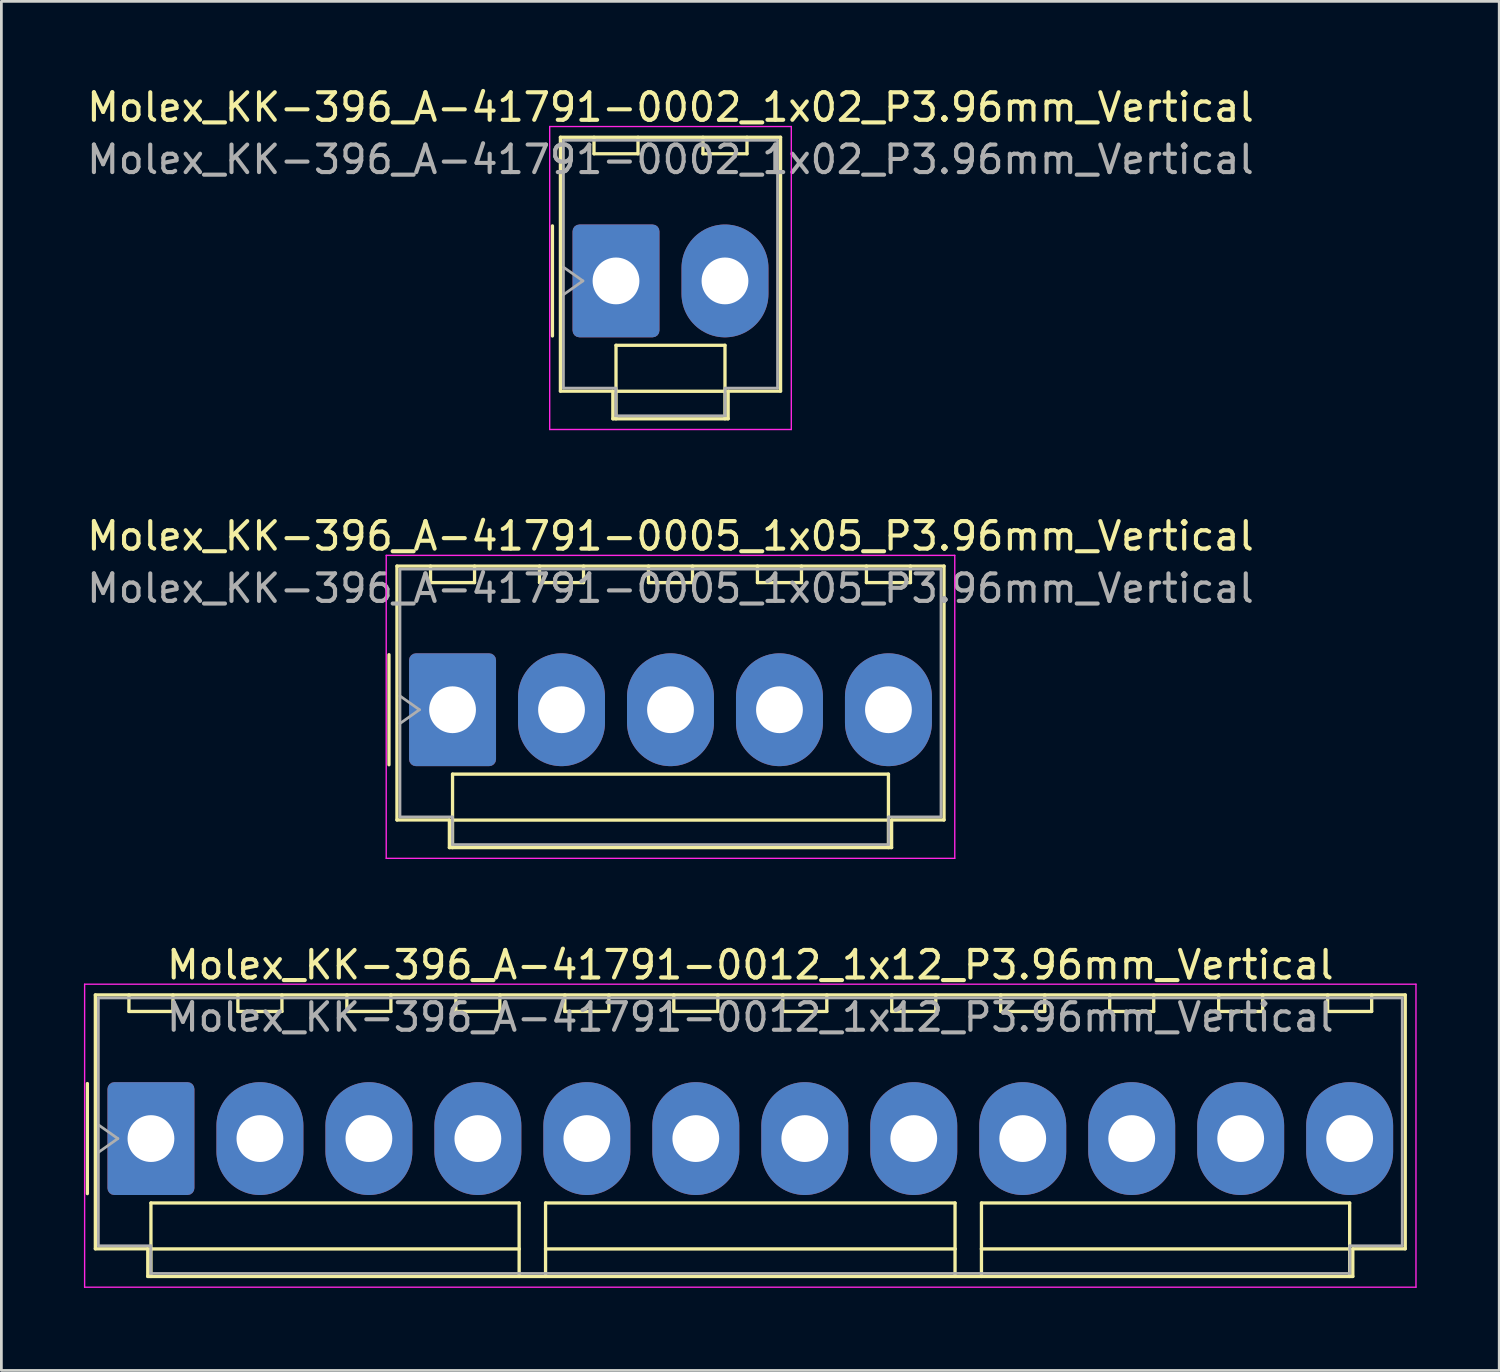
<source format=kicad_pcb>
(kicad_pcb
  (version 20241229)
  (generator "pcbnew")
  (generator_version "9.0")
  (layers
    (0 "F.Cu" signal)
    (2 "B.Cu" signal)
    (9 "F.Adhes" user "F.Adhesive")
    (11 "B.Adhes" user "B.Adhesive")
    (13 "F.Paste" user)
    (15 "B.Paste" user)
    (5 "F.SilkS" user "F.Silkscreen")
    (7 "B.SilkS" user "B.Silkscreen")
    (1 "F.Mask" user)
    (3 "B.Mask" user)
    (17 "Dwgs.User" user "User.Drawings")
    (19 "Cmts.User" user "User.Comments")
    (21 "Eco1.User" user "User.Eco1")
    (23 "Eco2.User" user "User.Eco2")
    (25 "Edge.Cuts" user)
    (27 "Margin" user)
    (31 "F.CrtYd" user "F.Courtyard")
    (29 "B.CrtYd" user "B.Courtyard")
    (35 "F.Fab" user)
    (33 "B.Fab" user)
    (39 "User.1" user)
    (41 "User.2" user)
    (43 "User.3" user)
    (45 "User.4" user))
  (footprint "Molex_KK-396_A-41791-0005_1x05_P3.96mm_Vertical"
    (layer "F.Cu")
    (at 13.395 22.741)
    (property "Reference" "Molex_KK-396_A-41791-0005_1x05_P3.96mm_Vertical" (at 7.92 -6.31 0) (layer "F.SilkS") (effects (font (size 1 1) (thickness 0.15))))
    (attr through_hole)
    (fp_line (start -2.31 -2) (end -2.31 2) (stroke (width 0.12) (type solid)) (layer "F.SilkS"))
    (fp_line (start -2.02 -5.22) (end 17.86 -5.22) (stroke (width 0.12) (type solid)) (layer "F.SilkS"))
    (fp_line (start -2.02 4.005) (end -2.02 -5.22) (stroke (width 0.12) (type solid)) (layer "F.SilkS"))
    (fp_line (start -0.8 -5.22) (end -0.8 -4.62) (stroke (width 0.12) (type solid)) (layer "F.SilkS"))
    (fp_line (start -0.8 -4.62) (end 0.8 -4.62) (stroke (width 0.12) (type solid)) (layer "F.SilkS"))
    (fp_line (start -0.115 4.005) (end -2.02 4.005) (stroke (width 0.12) (type solid)) (layer "F.SilkS"))
    (fp_line (start -0.115 5.01) (end -0.115 4.005) (stroke (width 0.12) (type solid)) (layer "F.SilkS"))
    (fp_line (start 0 2.34) (end 15.84 2.34) (stroke (width 0.12) (type solid)) (layer "F.SilkS"))
    (fp_line (start 0 4.01) (end 0 2.34) (stroke (width 0.12) (type solid)) (layer "F.SilkS"))
    (fp_line (start 0 4.01) (end 15.84 4.01) (stroke (width 0.12) (type solid)) (layer "F.SilkS"))
    (fp_line (start 0 5.01) (end 0 4.01) (stroke (width 0.12) (type solid)) (layer "F.SilkS"))
    (fp_line (start 0.8 -4.62) (end 0.8 -5.22) (stroke (width 0.12) (type solid)) (layer "F.SilkS"))
    (fp_line (start 3.16 -5.22) (end 3.16 -4.62) (stroke (width 0.12) (type solid)) (layer "F.SilkS"))
    (fp_line (start 3.16 -4.62) (end 4.76 -4.62) (stroke (width 0.12) (type solid)) (layer "F.SilkS"))
    (fp_line (start 4.76 -4.62) (end 4.76 -5.22) (stroke (width 0.12) (type solid)) (layer "F.SilkS"))
    (fp_line (start 7.12 -5.22) (end 7.12 -4.62) (stroke (width 0.12) (type solid)) (layer "F.SilkS"))
    (fp_line (start 7.12 -4.62) (end 8.72 -4.62) (stroke (width 0.12) (type solid)) (layer "F.SilkS"))
    (fp_line (start 8.72 -4.62) (end 8.72 -5.22) (stroke (width 0.12) (type solid)) (layer "F.SilkS"))
    (fp_line (start 11.08 -5.22) (end 11.08 -4.62) (stroke (width 0.12) (type solid)) (layer "F.SilkS"))
    (fp_line (start 11.08 -4.62) (end 12.68 -4.62) (stroke (width 0.12) (type solid)) (layer "F.SilkS"))
    (fp_line (start 12.68 -4.62) (end 12.68 -5.22) (stroke (width 0.12) (type solid)) (layer "F.SilkS"))
    (fp_line (start 15.04 -5.22) (end 15.04 -4.62) (stroke (width 0.12) (type solid)) (layer "F.SilkS"))
    (fp_line (start 15.04 -4.62) (end 16.64 -4.62) (stroke (width 0.12) (type solid)) (layer "F.SilkS"))
    (fp_line (start 15.84 2.34) (end 15.84 4.01) (stroke (width 0.12) (type solid)) (layer "F.SilkS"))
    (fp_line (start 15.84 4.01) (end 15.84 5.01) (stroke (width 0.12) (type solid)) (layer "F.SilkS"))
    (fp_line (start 15.955 4.005) (end 15.955 5.01) (stroke (width 0.12) (type solid)) (layer "F.SilkS"))
    (fp_line (start 15.955 5.01) (end -0.115 5.01) (stroke (width 0.12) (type solid)) (layer "F.SilkS"))
    (fp_line (start 16.64 -4.62) (end 16.64 -5.22) (stroke (width 0.12) (type solid)) (layer "F.SilkS"))
    (fp_line (start 17.86 -5.22) (end 17.86 4.005) (stroke (width 0.12) (type solid)) (layer "F.SilkS"))
    (fp_line (start 17.86 4.005) (end 15.955 4.005) (stroke (width 0.12) (type solid)) (layer "F.SilkS"))
    (fp_line (start -2.41 -5.61) (end -2.41 5.4) (stroke (width 0.05) (type solid)) (layer "F.CrtYd"))
    (fp_line (start -2.41 5.4) (end 18.25 5.4) (stroke (width 0.05) (type solid)) (layer "F.CrtYd"))
    (fp_line (start 18.25 -5.61) (end -2.41 -5.61) (stroke (width 0.05) (type solid)) (layer "F.CrtYd"))
    (fp_line (start 18.25 5.4) (end 18.25 -5.61) (stroke (width 0.05) (type solid)) (layer "F.CrtYd"))
    (fp_line (start -1.91 -5.11) (end 17.75 -5.11) (stroke (width 0.1) (type solid)) (layer "F.Fab"))
    (fp_line (start -1.91 -0.5) (end -1.203 0) (stroke (width 0.1) (type solid)) (layer "F.Fab"))
    (fp_line (start -1.91 3.895) (end -1.91 -5.11) (stroke (width 0.1) (type solid)) (layer "F.Fab"))
    (fp_line (start -1.203 0) (end -1.91 0.5) (stroke (width 0.1) (type solid)) (layer "F.Fab"))
    (fp_line (start -0.005 3.895) (end -1.91 3.895) (stroke (width 0.1) (type solid)) (layer "F.Fab"))
    (fp_line (start -0.005 4.9) (end -0.005 3.895) (stroke (width 0.1) (type solid)) (layer "F.Fab"))
    (fp_line (start 15.845 3.895) (end 15.845 4.9) (stroke (width 0.1) (type solid)) (layer "F.Fab"))
    (fp_line (start 15.845 4.9) (end -0.005 4.9) (stroke (width 0.1) (type solid)) (layer "F.Fab"))
    (fp_line (start 17.75 -5.11) (end 17.75 3.895) (stroke (width 0.1) (type solid)) (layer "F.Fab"))
    (fp_line (start 17.75 3.895) (end 15.845 3.895) (stroke (width 0.1) (type solid)) (layer "F.Fab"))
    (fp_text user "${REFERENCE}" (at 7.92 -4.41 0) (layer "F.Fab") (effects (font (size 1 1) (thickness 0.15))))
    (pad "1" thru_hole roundrect (at 0 0) (size 3.16 4.1) (drill 1.7) (layers "*.Cu" "*.Mask") (roundrect_rratio 0.079))
    (pad "2" thru_hole oval (at 3.96 0) (size 3.16 4.1) (drill 1.7) (layers "*.Cu" "*.Mask"))
    (pad "3" thru_hole oval (at 7.92 0) (size 3.16 4.1) (drill 1.7) (layers "*.Cu" "*.Mask"))
    (pad "4" thru_hole oval (at 11.88 0) (size 3.16 4.1) (drill 1.7) (layers "*.Cu" "*.Mask"))
    (pad "5" thru_hole oval (at 15.84 0) (size 3.16 4.1) (drill 1.7) (layers "*.Cu" "*.Mask")))
  (footprint "Molex_KK-396_A-41791-0002_1x02_P3.96mm_Vertical"
    (layer "F.Cu")
    (at 19.335 7.158)
    (property "Reference" "Molex_KK-396_A-41791-0002_1x02_P3.96mm_Vertical" (at 1.98 -6.31 0) (layer "F.SilkS") (effects (font (size 1 1) (thickness 0.15))))
    (attr through_hole)
    (fp_line (start -2.31 -2) (end -2.31 2) (stroke (width 0.12) (type solid)) (layer "F.SilkS"))
    (fp_line (start -2.02 -5.22) (end 5.98 -5.22) (stroke (width 0.12) (type solid)) (layer "F.SilkS"))
    (fp_line (start -2.02 4.005) (end -2.02 -5.22) (stroke (width 0.12) (type solid)) (layer "F.SilkS"))
    (fp_line (start -0.8 -5.22) (end -0.8 -4.62) (stroke (width 0.12) (type solid)) (layer "F.SilkS"))
    (fp_line (start -0.8 -4.62) (end 0.8 -4.62) (stroke (width 0.12) (type solid)) (layer "F.SilkS"))
    (fp_line (start -0.115 4.005) (end -2.02 4.005) (stroke (width 0.12) (type solid)) (layer "F.SilkS"))
    (fp_line (start -0.115 5.01) (end -0.115 4.005) (stroke (width 0.12) (type solid)) (layer "F.SilkS"))
    (fp_line (start 0 2.34) (end 3.96 2.34) (stroke (width 0.12) (type solid)) (layer "F.SilkS"))
    (fp_line (start 0 4.01) (end 0 2.34) (stroke (width 0.12) (type solid)) (layer "F.SilkS"))
    (fp_line (start 0 4.01) (end 3.96 4.01) (stroke (width 0.12) (type solid)) (layer "F.SilkS"))
    (fp_line (start 0 5.01) (end 0 4.01) (stroke (width 0.12) (type solid)) (layer "F.SilkS"))
    (fp_line (start 0.8 -4.62) (end 0.8 -5.22) (stroke (width 0.12) (type solid)) (layer "F.SilkS"))
    (fp_line (start 3.16 -5.22) (end 3.16 -4.62) (stroke (width 0.12) (type solid)) (layer "F.SilkS"))
    (fp_line (start 3.16 -4.62) (end 4.76 -4.62) (stroke (width 0.12) (type solid)) (layer "F.SilkS"))
    (fp_line (start 3.96 2.34) (end 3.96 4.01) (stroke (width 0.12) (type solid)) (layer "F.SilkS"))
    (fp_line (start 3.96 4.01) (end 3.96 5.01) (stroke (width 0.12) (type solid)) (layer "F.SilkS"))
    (fp_line (start 4.075 4.005) (end 4.075 5.01) (stroke (width 0.12) (type solid)) (layer "F.SilkS"))
    (fp_line (start 4.075 5.01) (end -0.115 5.01) (stroke (width 0.12) (type solid)) (layer "F.SilkS"))
    (fp_line (start 4.76 -4.62) (end 4.76 -5.22) (stroke (width 0.12) (type solid)) (layer "F.SilkS"))
    (fp_line (start 5.98 -5.22) (end 5.98 4.005) (stroke (width 0.12) (type solid)) (layer "F.SilkS"))
    (fp_line (start 5.98 4.005) (end 4.075 4.005) (stroke (width 0.12) (type solid)) (layer "F.SilkS"))
    (fp_line (start -2.41 -5.61) (end -2.41 5.4) (stroke (width 0.05) (type solid)) (layer "F.CrtYd"))
    (fp_line (start -2.41 5.4) (end 6.37 5.4) (stroke (width 0.05) (type solid)) (layer "F.CrtYd"))
    (fp_line (start 6.37 -5.61) (end -2.41 -5.61) (stroke (width 0.05) (type solid)) (layer "F.CrtYd"))
    (fp_line (start 6.37 5.4) (end 6.37 -5.61) (stroke (width 0.05) (type solid)) (layer "F.CrtYd"))
    (fp_line (start -1.91 -5.11) (end 5.87 -5.11) (stroke (width 0.1) (type solid)) (layer "F.Fab"))
    (fp_line (start -1.91 -0.5) (end -1.203 0) (stroke (width 0.1) (type solid)) (layer "F.Fab"))
    (fp_line (start -1.91 3.895) (end -1.91 -5.11) (stroke (width 0.1) (type solid)) (layer "F.Fab"))
    (fp_line (start -1.203 0) (end -1.91 0.5) (stroke (width 0.1) (type solid)) (layer "F.Fab"))
    (fp_line (start -0.005 3.895) (end -1.91 3.895) (stroke (width 0.1) (type solid)) (layer "F.Fab"))
    (fp_line (start -0.005 4.9) (end -0.005 3.895) (stroke (width 0.1) (type solid)) (layer "F.Fab"))
    (fp_line (start 3.965 3.895) (end 3.965 4.9) (stroke (width 0.1) (type solid)) (layer "F.Fab"))
    (fp_line (start 3.965 4.9) (end -0.005 4.9) (stroke (width 0.1) (type solid)) (layer "F.Fab"))
    (fp_line (start 5.87 -5.11) (end 5.87 3.895) (stroke (width 0.1) (type solid)) (layer "F.Fab"))
    (fp_line (start 5.87 3.895) (end 3.965 3.895) (stroke (width 0.1) (type solid)) (layer "F.Fab"))
    (fp_text user "${REFERENCE}" (at 1.98 -4.41 0) (layer "F.Fab") (effects (font (size 1 1) (thickness 0.15))))
    (pad "1" thru_hole roundrect (at 0 0) (size 3.16 4.1) (drill 1.7) (layers "*.Cu" "*.Mask") (roundrect_rratio 0.079))
    (pad "2" thru_hole oval (at 3.96 0) (size 3.16 4.1) (drill 1.7) (layers "*.Cu" "*.Mask")))
  (footprint "Molex_KK-396_A-41791-0012_1x12_P3.96mm_Vertical"
    (layer "F.Cu")
    (at 2.435 38.325)
    (property "Reference" "Molex_KK-396_A-41791-0012_1x12_P3.96mm_Vertical" (at 21.78 -6.31 0) (layer "F.SilkS") (effects (font (size 1 1) (thickness 0.15))))
    (attr through_hole)
    (fp_line (start -2.31 -2) (end -2.31 2) (stroke (width 0.12) (type solid)) (layer "F.SilkS"))
    (fp_line (start -2.02 -5.22) (end 45.58 -5.22) (stroke (width 0.12) (type solid)) (layer "F.SilkS"))
    (fp_line (start -2.02 4.005) (end -2.02 -5.22) (stroke (width 0.12) (type solid)) (layer "F.SilkS"))
    (fp_line (start -0.8 -5.22) (end -0.8 -4.62) (stroke (width 0.12) (type solid)) (layer "F.SilkS"))
    (fp_line (start -0.8 -4.62) (end 0.8 -4.62) (stroke (width 0.12) (type solid)) (layer "F.SilkS"))
    (fp_line (start -0.115 4.005) (end -2.02 4.005) (stroke (width 0.12) (type solid)) (layer "F.SilkS"))
    (fp_line (start -0.115 5.01) (end -0.115 4.005) (stroke (width 0.12) (type solid)) (layer "F.SilkS"))
    (fp_line (start 0 2.34) (end 13.38 2.34) (stroke (width 0.12) (type solid)) (layer "F.SilkS"))
    (fp_line (start 0 4.01) (end 0 2.34) (stroke (width 0.12) (type solid)) (layer "F.SilkS"))
    (fp_line (start 0 4.01) (end 13.38 4.01) (stroke (width 0.12) (type solid)) (layer "F.SilkS"))
    (fp_line (start 0 5.01) (end 0 4.01) (stroke (width 0.12) (type solid)) (layer "F.SilkS"))
    (fp_line (start 0.8 -4.62) (end 0.8 -5.22) (stroke (width 0.12) (type solid)) (layer "F.SilkS"))
    (fp_line (start 3.16 -5.22) (end 3.16 -4.62) (stroke (width 0.12) (type solid)) (layer "F.SilkS"))
    (fp_line (start 3.16 -4.62) (end 4.76 -4.62) (stroke (width 0.12) (type solid)) (layer "F.SilkS"))
    (fp_line (start 4.76 -4.62) (end 4.76 -5.22) (stroke (width 0.12) (type solid)) (layer "F.SilkS"))
    (fp_line (start 7.12 -5.22) (end 7.12 -4.62) (stroke (width 0.12) (type solid)) (layer "F.SilkS"))
    (fp_line (start 7.12 -4.62) (end 8.72 -4.62) (stroke (width 0.12) (type solid)) (layer "F.SilkS"))
    (fp_line (start 8.72 -4.62) (end 8.72 -5.22) (stroke (width 0.12) (type solid)) (layer "F.SilkS"))
    (fp_line (start 11.08 -5.22) (end 11.08 -4.62) (stroke (width 0.12) (type solid)) (layer "F.SilkS"))
    (fp_line (start 11.08 -4.62) (end 12.68 -4.62) (stroke (width 0.12) (type solid)) (layer "F.SilkS"))
    (fp_line (start 12.68 -4.62) (end 12.68 -5.22) (stroke (width 0.12) (type solid)) (layer "F.SilkS"))
    (fp_line (start 13.38 2.34) (end 13.38 4.01) (stroke (width 0.12) (type solid)) (layer "F.SilkS"))
    (fp_line (start 13.38 4.01) (end 13.38 5.01) (stroke (width 0.12) (type solid)) (layer "F.SilkS"))
    (fp_line (start 14.34 2.34) (end 29.22 2.34) (stroke (width 0.12) (type solid)) (layer "F.SilkS"))
    (fp_line (start 14.34 4.01) (end 14.34 2.34) (stroke (width 0.12) (type solid)) (layer "F.SilkS"))
    (fp_line (start 14.34 4.01) (end 29.22 4.01) (stroke (width 0.12) (type solid)) (layer "F.SilkS"))
    (fp_line (start 14.34 5.01) (end 14.34 4.01) (stroke (width 0.12) (type solid)) (layer "F.SilkS"))
    (fp_line (start 15.04 -5.22) (end 15.04 -4.62) (stroke (width 0.12) (type solid)) (layer "F.SilkS"))
    (fp_line (start 15.04 -4.62) (end 16.64 -4.62) (stroke (width 0.12) (type solid)) (layer "F.SilkS"))
    (fp_line (start 16.64 -4.62) (end 16.64 -5.22) (stroke (width 0.12) (type solid)) (layer "F.SilkS"))
    (fp_line (start 19 -5.22) (end 19 -4.62) (stroke (width 0.12) (type solid)) (layer "F.SilkS"))
    (fp_line (start 19 -4.62) (end 20.6 -4.62) (stroke (width 0.12) (type solid)) (layer "F.SilkS"))
    (fp_line (start 20.6 -4.62) (end 20.6 -5.22) (stroke (width 0.12) (type solid)) (layer "F.SilkS"))
    (fp_line (start 22.96 -5.22) (end 22.96 -4.62) (stroke (width 0.12) (type solid)) (layer "F.SilkS"))
    (fp_line (start 22.96 -4.62) (end 24.56 -4.62) (stroke (width 0.12) (type solid)) (layer "F.SilkS"))
    (fp_line (start 24.56 -4.62) (end 24.56 -5.22) (stroke (width 0.12) (type solid)) (layer "F.SilkS"))
    (fp_line (start 26.92 -5.22) (end 26.92 -4.62) (stroke (width 0.12) (type solid)) (layer "F.SilkS"))
    (fp_line (start 26.92 -4.62) (end 28.52 -4.62) (stroke (width 0.12) (type solid)) (layer "F.SilkS"))
    (fp_line (start 28.52 -4.62) (end 28.52 -5.22) (stroke (width 0.12) (type solid)) (layer "F.SilkS"))
    (fp_line (start 29.22 2.34) (end 29.22 4.01) (stroke (width 0.12) (type solid)) (layer "F.SilkS"))
    (fp_line (start 29.22 4.01) (end 29.22 5.01) (stroke (width 0.12) (type solid)) (layer "F.SilkS"))
    (fp_line (start 30.18 2.34) (end 43.56 2.34) (stroke (width 0.12) (type solid)) (layer "F.SilkS"))
    (fp_line (start 30.18 4.01) (end 30.18 2.34) (stroke (width 0.12) (type solid)) (layer "F.SilkS"))
    (fp_line (start 30.18 4.01) (end 43.56 4.01) (stroke (width 0.12) (type solid)) (layer "F.SilkS"))
    (fp_line (start 30.18 5.01) (end 30.18 4.01) (stroke (width 0.12) (type solid)) (layer "F.SilkS"))
    (fp_line (start 30.88 -5.22) (end 30.88 -4.62) (stroke (width 0.12) (type solid)) (layer "F.SilkS"))
    (fp_line (start 30.88 -4.62) (end 32.48 -4.62) (stroke (width 0.12) (type solid)) (layer "F.SilkS"))
    (fp_line (start 32.48 -4.62) (end 32.48 -5.22) (stroke (width 0.12) (type solid)) (layer "F.SilkS"))
    (fp_line (start 34.84 -5.22) (end 34.84 -4.62) (stroke (width 0.12) (type solid)) (layer "F.SilkS"))
    (fp_line (start 34.84 -4.62) (end 36.44 -4.62) (stroke (width 0.12) (type solid)) (layer "F.SilkS"))
    (fp_line (start 36.44 -4.62) (end 36.44 -5.22) (stroke (width 0.12) (type solid)) (layer "F.SilkS"))
    (fp_line (start 38.8 -5.22) (end 38.8 -4.62) (stroke (width 0.12) (type solid)) (layer "F.SilkS"))
    (fp_line (start 38.8 -4.62) (end 40.4 -4.62) (stroke (width 0.12) (type solid)) (layer "F.SilkS"))
    (fp_line (start 40.4 -4.62) (end 40.4 -5.22) (stroke (width 0.12) (type solid)) (layer "F.SilkS"))
    (fp_line (start 42.76 -5.22) (end 42.76 -4.62) (stroke (width 0.12) (type solid)) (layer "F.SilkS"))
    (fp_line (start 42.76 -4.62) (end 44.36 -4.62) (stroke (width 0.12) (type solid)) (layer "F.SilkS"))
    (fp_line (start 43.56 2.34) (end 43.56 4.01) (stroke (width 0.12) (type solid)) (layer "F.SilkS"))
    (fp_line (start 43.56 4.01) (end 43.56 5.01) (stroke (width 0.12) (type solid)) (layer "F.SilkS"))
    (fp_line (start 43.675 4.005) (end 43.675 5.01) (stroke (width 0.12) (type solid)) (layer "F.SilkS"))
    (fp_line (start 43.675 5.01) (end -0.115 5.01) (stroke (width 0.12) (type solid)) (layer "F.SilkS"))
    (fp_line (start 44.36 -4.62) (end 44.36 -5.22) (stroke (width 0.12) (type solid)) (layer "F.SilkS"))
    (fp_line (start 45.58 -5.22) (end 45.58 4.005) (stroke (width 0.12) (type solid)) (layer "F.SilkS"))
    (fp_line (start 45.58 4.005) (end 43.675 4.005) (stroke (width 0.12) (type solid)) (layer "F.SilkS"))
    (fp_line (start -2.41 -5.61) (end -2.41 5.4) (stroke (width 0.05) (type solid)) (layer "F.CrtYd"))
    (fp_line (start -2.41 5.4) (end 45.97 5.4) (stroke (width 0.05) (type solid)) (layer "F.CrtYd"))
    (fp_line (start 45.97 -5.61) (end -2.41 -5.61) (stroke (width 0.05) (type solid)) (layer "F.CrtYd"))
    (fp_line (start 45.97 5.4) (end 45.97 -5.61) (stroke (width 0.05) (type solid)) (layer "F.CrtYd"))
    (fp_line (start -1.91 -5.11) (end 45.47 -5.11) (stroke (width 0.1) (type solid)) (layer "F.Fab"))
    (fp_line (start -1.91 -0.5) (end -1.203 0) (stroke (width 0.1) (type solid)) (layer "F.Fab"))
    (fp_line (start -1.91 3.895) (end -1.91 -5.11) (stroke (width 0.1) (type solid)) (layer "F.Fab"))
    (fp_line (start -1.203 0) (end -1.91 0.5) (stroke (width 0.1) (type solid)) (layer "F.Fab"))
    (fp_line (start -0.005 3.895) (end -1.91 3.895) (stroke (width 0.1) (type solid)) (layer "F.Fab"))
    (fp_line (start -0.005 4.9) (end -0.005 3.895) (stroke (width 0.1) (type solid)) (layer "F.Fab"))
    (fp_line (start 43.565 3.895) (end 43.565 4.9) (stroke (width 0.1) (type solid)) (layer "F.Fab"))
    (fp_line (start 43.565 4.9) (end -0.005 4.9) (stroke (width 0.1) (type solid)) (layer "F.Fab"))
    (fp_line (start 45.47 -5.11) (end 45.47 3.895) (stroke (width 0.1) (type solid)) (layer "F.Fab"))
    (fp_line (start 45.47 3.895) (end 43.565 3.895) (stroke (width 0.1) (type solid)) (layer "F.Fab"))
    (fp_text user "${REFERENCE}" (at 21.78 -4.41 0) (layer "F.Fab") (effects (font (size 1 1) (thickness 0.15))))
    (pad "1" thru_hole roundrect (at 0 0) (size 3.16 4.1) (drill 1.7) (layers "*.Cu" "*.Mask") (roundrect_rratio 0.079))
    (pad "2" thru_hole oval (at 3.96 0) (size 3.16 4.1) (drill 1.7) (layers "*.Cu" "*.Mask"))
    (pad "3" thru_hole oval (at 7.92 0) (size 3.16 4.1) (drill 1.7) (layers "*.Cu" "*.Mask"))
    (pad "4" thru_hole oval (at 11.88 0) (size 3.16 4.1) (drill 1.7) (layers "*.Cu" "*.Mask"))
    (pad "5" thru_hole oval (at 15.84 0) (size 3.16 4.1) (drill 1.7) (layers "*.Cu" "*.Mask"))
    (pad "6" thru_hole oval (at 19.8 0) (size 3.16 4.1) (drill 1.7) (layers "*.Cu" "*.Mask"))
    (pad "7" thru_hole oval (at 23.76 0) (size 3.16 4.1) (drill 1.7) (layers "*.Cu" "*.Mask"))
    (pad "8" thru_hole oval (at 27.72 0) (size 3.16 4.1) (drill 1.7) (layers "*.Cu" "*.Mask"))
    (pad "9" thru_hole oval (at 31.68 0) (size 3.16 4.1) (drill 1.7) (layers "*.Cu" "*.Mask"))
    (pad "10" thru_hole oval (at 35.64 0) (size 3.16 4.1) (drill 1.7) (layers "*.Cu" "*.Mask"))
    (pad "11" thru_hole oval (at 39.6 0) (size 3.16 4.1) (drill 1.7) (layers "*.Cu" "*.Mask"))
    (pad "12" thru_hole oval (at 43.56 0) (size 3.16 4.1) (drill 1.7) (layers "*.Cu" "*.Mask")))
  (gr_rect
    (start -3 -3)
    (end 51.43 46.75)
    (stroke (width 0.1) (type default))
    (fill no)
    (layer "Edge.Cuts")))
</source>
